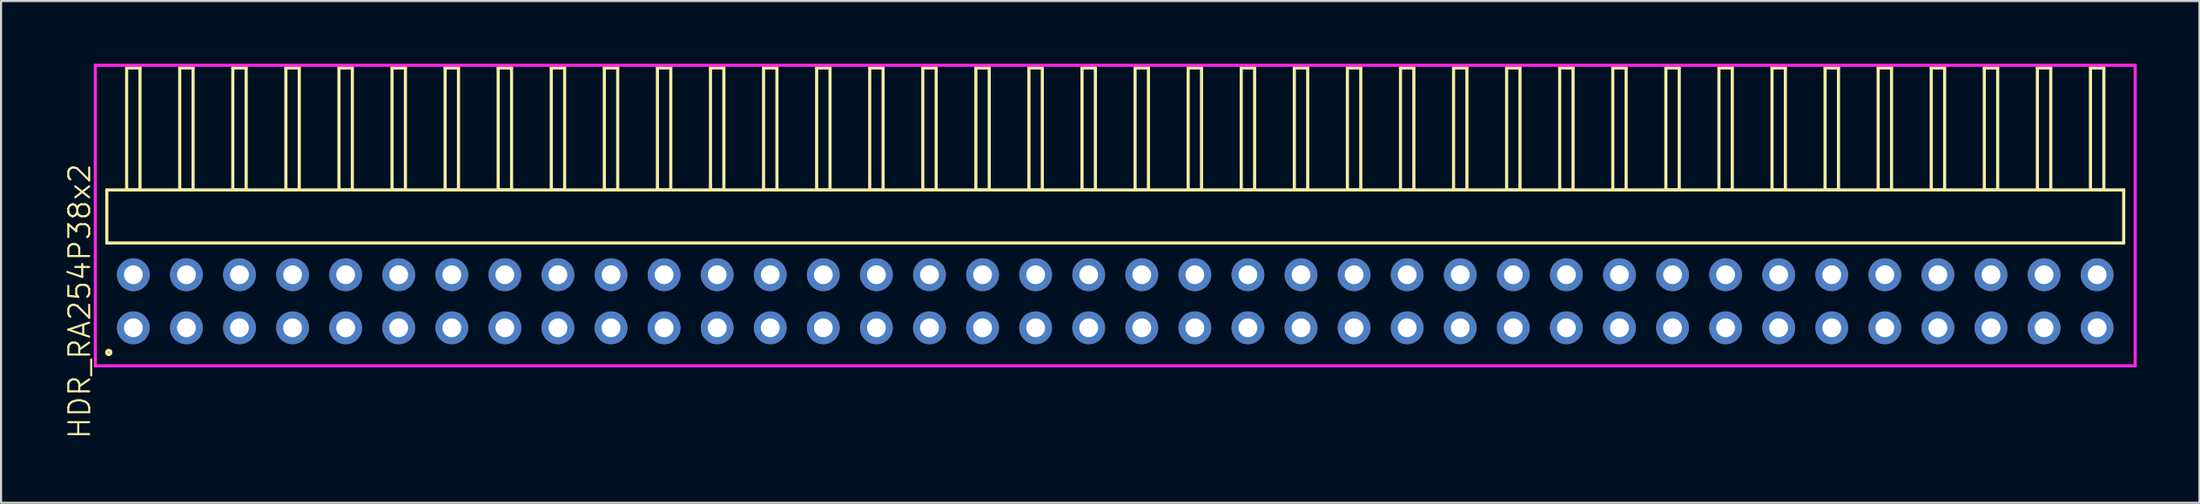
<source format=kicad_pcb>
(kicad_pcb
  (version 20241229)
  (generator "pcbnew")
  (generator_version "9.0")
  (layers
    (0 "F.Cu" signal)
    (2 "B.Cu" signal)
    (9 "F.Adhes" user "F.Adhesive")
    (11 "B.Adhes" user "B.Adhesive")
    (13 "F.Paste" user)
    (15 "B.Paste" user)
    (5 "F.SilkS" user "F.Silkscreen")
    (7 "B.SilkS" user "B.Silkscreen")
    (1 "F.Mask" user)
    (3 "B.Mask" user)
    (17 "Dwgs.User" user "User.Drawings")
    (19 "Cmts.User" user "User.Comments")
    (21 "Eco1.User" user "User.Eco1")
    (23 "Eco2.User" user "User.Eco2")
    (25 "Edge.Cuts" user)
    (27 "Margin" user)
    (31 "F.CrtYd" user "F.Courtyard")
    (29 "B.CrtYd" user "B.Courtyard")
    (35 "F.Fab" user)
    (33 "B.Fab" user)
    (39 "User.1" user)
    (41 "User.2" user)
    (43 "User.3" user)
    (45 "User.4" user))
  (footprint "HDR_RA254P38x2"
    (layer "F.Cu")
    (at 50.321 11.37)
    (property "Reference" "HDR_RA254P38x2" (at -49.56 0 90) (layer "F.SilkS") (effects (font (size 1 1) (thickness 0.1))))
    (attr through_hole)
    (fp_line (start -48.26 -5.33) (end -48.26 -2.79) (stroke (width 0.15) (type solid)) (layer "F.SilkS"))
    (fp_line (start -48.26 -2.79) (end 48.26 -2.79) (stroke (width 0.15) (type solid)) (layer "F.SilkS"))
    (fp_line (start -47.31 -11.17) (end -47.31 -5.33) (stroke (width 0.15) (type solid)) (layer "F.SilkS"))
    (fp_line (start -47.31 -5.33) (end -46.67 -5.33) (stroke (width 0.15) (type solid)) (layer "F.SilkS"))
    (fp_line (start -46.67 -11.17) (end -47.31 -11.17) (stroke (width 0.15) (type solid)) (layer "F.SilkS"))
    (fp_line (start -46.67 -5.33) (end -46.67 -11.17) (stroke (width 0.15) (type solid)) (layer "F.SilkS"))
    (fp_line (start -44.77 -11.17) (end -44.77 -5.33) (stroke (width 0.15) (type solid)) (layer "F.SilkS"))
    (fp_line (start -44.77 -5.33) (end -44.13 -5.33) (stroke (width 0.15) (type solid)) (layer "F.SilkS"))
    (fp_line (start -44.13 -11.17) (end -44.77 -11.17) (stroke (width 0.15) (type solid)) (layer "F.SilkS"))
    (fp_line (start -44.13 -5.33) (end -44.13 -11.17) (stroke (width 0.15) (type solid)) (layer "F.SilkS"))
    (fp_line (start -42.23 -11.17) (end -42.23 -5.33) (stroke (width 0.15) (type solid)) (layer "F.SilkS"))
    (fp_line (start -42.23 -5.33) (end -41.59 -5.33) (stroke (width 0.15) (type solid)) (layer "F.SilkS"))
    (fp_line (start -41.59 -11.17) (end -42.23 -11.17) (stroke (width 0.15) (type solid)) (layer "F.SilkS"))
    (fp_line (start -41.59 -5.33) (end -41.59 -11.17) (stroke (width 0.15) (type solid)) (layer "F.SilkS"))
    (fp_line (start -39.69 -11.17) (end -39.69 -5.33) (stroke (width 0.15) (type solid)) (layer "F.SilkS"))
    (fp_line (start -39.69 -5.33) (end -39.05 -5.33) (stroke (width 0.15) (type solid)) (layer "F.SilkS"))
    (fp_line (start -39.05 -11.17) (end -39.69 -11.17) (stroke (width 0.15) (type solid)) (layer "F.SilkS"))
    (fp_line (start -39.05 -5.33) (end -39.05 -11.17) (stroke (width 0.15) (type solid)) (layer "F.SilkS"))
    (fp_line (start -37.15 -11.17) (end -37.15 -5.33) (stroke (width 0.15) (type solid)) (layer "F.SilkS"))
    (fp_line (start -37.15 -5.33) (end -36.51 -5.33) (stroke (width 0.15) (type solid)) (layer "F.SilkS"))
    (fp_line (start -36.51 -11.17) (end -37.15 -11.17) (stroke (width 0.15) (type solid)) (layer "F.SilkS"))
    (fp_line (start -36.51 -5.33) (end -36.51 -11.17) (stroke (width 0.15) (type solid)) (layer "F.SilkS"))
    (fp_line (start -34.61 -11.17) (end -34.61 -5.33) (stroke (width 0.15) (type solid)) (layer "F.SilkS"))
    (fp_line (start -34.61 -5.33) (end -33.97 -5.33) (stroke (width 0.15) (type solid)) (layer "F.SilkS"))
    (fp_line (start -33.97 -11.17) (end -34.61 -11.17) (stroke (width 0.15) (type solid)) (layer "F.SilkS"))
    (fp_line (start -33.97 -5.33) (end -33.97 -11.17) (stroke (width 0.15) (type solid)) (layer "F.SilkS"))
    (fp_line (start -32.07 -11.17) (end -32.07 -5.33) (stroke (width 0.15) (type solid)) (layer "F.SilkS"))
    (fp_line (start -32.07 -5.33) (end -31.43 -5.33) (stroke (width 0.15) (type solid)) (layer "F.SilkS"))
    (fp_line (start -31.43 -11.17) (end -32.07 -11.17) (stroke (width 0.15) (type solid)) (layer "F.SilkS"))
    (fp_line (start -31.43 -5.33) (end -31.43 -11.17) (stroke (width 0.15) (type solid)) (layer "F.SilkS"))
    (fp_line (start -29.53 -11.17) (end -29.53 -5.33) (stroke (width 0.15) (type solid)) (layer "F.SilkS"))
    (fp_line (start -29.53 -5.33) (end -28.89 -5.33) (stroke (width 0.15) (type solid)) (layer "F.SilkS"))
    (fp_line (start -28.89 -11.17) (end -29.53 -11.17) (stroke (width 0.15) (type solid)) (layer "F.SilkS"))
    (fp_line (start -28.89 -5.33) (end -28.89 -11.17) (stroke (width 0.15) (type solid)) (layer "F.SilkS"))
    (fp_line (start -26.99 -11.17) (end -26.99 -5.33) (stroke (width 0.15) (type solid)) (layer "F.SilkS"))
    (fp_line (start -26.99 -5.33) (end -26.35 -5.33) (stroke (width 0.15) (type solid)) (layer "F.SilkS"))
    (fp_line (start -26.35 -11.17) (end -26.99 -11.17) (stroke (width 0.15) (type solid)) (layer "F.SilkS"))
    (fp_line (start -26.35 -5.33) (end -26.35 -11.17) (stroke (width 0.15) (type solid)) (layer "F.SilkS"))
    (fp_line (start -24.45 -11.17) (end -24.45 -5.33) (stroke (width 0.15) (type solid)) (layer "F.SilkS"))
    (fp_line (start -24.45 -5.33) (end -23.81 -5.33) (stroke (width 0.15) (type solid)) (layer "F.SilkS"))
    (fp_line (start -23.81 -11.17) (end -24.45 -11.17) (stroke (width 0.15) (type solid)) (layer "F.SilkS"))
    (fp_line (start -23.81 -5.33) (end -23.81 -11.17) (stroke (width 0.15) (type solid)) (layer "F.SilkS"))
    (fp_line (start -21.91 -11.17) (end -21.91 -5.33) (stroke (width 0.15) (type solid)) (layer "F.SilkS"))
    (fp_line (start -21.91 -5.33) (end -21.27 -5.33) (stroke (width 0.15) (type solid)) (layer "F.SilkS"))
    (fp_line (start -21.27 -11.17) (end -21.91 -11.17) (stroke (width 0.15) (type solid)) (layer "F.SilkS"))
    (fp_line (start -21.27 -5.33) (end -21.27 -11.17) (stroke (width 0.15) (type solid)) (layer "F.SilkS"))
    (fp_line (start -19.37 -11.17) (end -19.37 -5.33) (stroke (width 0.15) (type solid)) (layer "F.SilkS"))
    (fp_line (start -19.37 -5.33) (end -18.73 -5.33) (stroke (width 0.15) (type solid)) (layer "F.SilkS"))
    (fp_line (start -18.73 -11.17) (end -19.37 -11.17) (stroke (width 0.15) (type solid)) (layer "F.SilkS"))
    (fp_line (start -18.73 -5.33) (end -18.73 -11.17) (stroke (width 0.15) (type solid)) (layer "F.SilkS"))
    (fp_line (start -16.83 -11.17) (end -16.83 -5.33) (stroke (width 0.15) (type solid)) (layer "F.SilkS"))
    (fp_line (start -16.83 -5.33) (end -16.19 -5.33) (stroke (width 0.15) (type solid)) (layer "F.SilkS"))
    (fp_line (start -16.19 -11.17) (end -16.83 -11.17) (stroke (width 0.15) (type solid)) (layer "F.SilkS"))
    (fp_line (start -16.19 -5.33) (end -16.19 -11.17) (stroke (width 0.15) (type solid)) (layer "F.SilkS"))
    (fp_line (start -14.29 -11.17) (end -14.29 -5.33) (stroke (width 0.15) (type solid)) (layer "F.SilkS"))
    (fp_line (start -14.29 -5.33) (end -13.65 -5.33) (stroke (width 0.15) (type solid)) (layer "F.SilkS"))
    (fp_line (start -13.65 -11.17) (end -14.29 -11.17) (stroke (width 0.15) (type solid)) (layer "F.SilkS"))
    (fp_line (start -13.65 -5.33) (end -13.65 -11.17) (stroke (width 0.15) (type solid)) (layer "F.SilkS"))
    (fp_line (start -11.75 -11.17) (end -11.75 -5.33) (stroke (width 0.15) (type solid)) (layer "F.SilkS"))
    (fp_line (start -11.75 -5.33) (end -11.11 -5.33) (stroke (width 0.15) (type solid)) (layer "F.SilkS"))
    (fp_line (start -11.11 -11.17) (end -11.75 -11.17) (stroke (width 0.15) (type solid)) (layer "F.SilkS"))
    (fp_line (start -11.11 -5.33) (end -11.11 -11.17) (stroke (width 0.15) (type solid)) (layer "F.SilkS"))
    (fp_line (start -9.21 -11.17) (end -9.21 -5.33) (stroke (width 0.15) (type solid)) (layer "F.SilkS"))
    (fp_line (start -9.21 -5.33) (end -8.57 -5.33) (stroke (width 0.15) (type solid)) (layer "F.SilkS"))
    (fp_line (start -8.57 -11.17) (end -9.21 -11.17) (stroke (width 0.15) (type solid)) (layer "F.SilkS"))
    (fp_line (start -8.57 -5.33) (end -8.57 -11.17) (stroke (width 0.15) (type solid)) (layer "F.SilkS"))
    (fp_line (start -6.67 -11.17) (end -6.67 -5.33) (stroke (width 0.15) (type solid)) (layer "F.SilkS"))
    (fp_line (start -6.67 -5.33) (end -6.03 -5.33) (stroke (width 0.15) (type solid)) (layer "F.SilkS"))
    (fp_line (start -6.03 -11.17) (end -6.67 -11.17) (stroke (width 0.15) (type solid)) (layer "F.SilkS"))
    (fp_line (start -6.03 -5.33) (end -6.03 -11.17) (stroke (width 0.15) (type solid)) (layer "F.SilkS"))
    (fp_line (start -4.13 -11.17) (end -4.13 -5.33) (stroke (width 0.15) (type solid)) (layer "F.SilkS"))
    (fp_line (start -4.13 -5.33) (end -3.49 -5.33) (stroke (width 0.15) (type solid)) (layer "F.SilkS"))
    (fp_line (start -3.49 -11.17) (end -4.13 -11.17) (stroke (width 0.15) (type solid)) (layer "F.SilkS"))
    (fp_line (start -3.49 -5.33) (end -3.49 -11.17) (stroke (width 0.15) (type solid)) (layer "F.SilkS"))
    (fp_line (start -1.59 -11.17) (end -1.59 -5.33) (stroke (width 0.15) (type solid)) (layer "F.SilkS"))
    (fp_line (start -1.59 -5.33) (end -0.95 -5.33) (stroke (width 0.15) (type solid)) (layer "F.SilkS"))
    (fp_line (start -0.95 -11.17) (end -1.59 -11.17) (stroke (width 0.15) (type solid)) (layer "F.SilkS"))
    (fp_line (start -0.95 -5.33) (end -0.95 -11.17) (stroke (width 0.15) (type solid)) (layer "F.SilkS"))
    (fp_line (start 0.95 -11.17) (end 0.95 -5.33) (stroke (width 0.15) (type solid)) (layer "F.SilkS"))
    (fp_line (start 0.95 -5.33) (end 1.59 -5.33) (stroke (width 0.15) (type solid)) (layer "F.SilkS"))
    (fp_line (start 1.59 -11.17) (end 0.95 -11.17) (stroke (width 0.15) (type solid)) (layer "F.SilkS"))
    (fp_line (start 1.59 -5.33) (end 1.59 -11.17) (stroke (width 0.15) (type solid)) (layer "F.SilkS"))
    (fp_line (start 3.49 -11.17) (end 3.49 -5.33) (stroke (width 0.15) (type solid)) (layer "F.SilkS"))
    (fp_line (start 3.49 -5.33) (end 4.13 -5.33) (stroke (width 0.15) (type solid)) (layer "F.SilkS"))
    (fp_line (start 4.13 -11.17) (end 3.49 -11.17) (stroke (width 0.15) (type solid)) (layer "F.SilkS"))
    (fp_line (start 4.13 -5.33) (end 4.13 -11.17) (stroke (width 0.15) (type solid)) (layer "F.SilkS"))
    (fp_line (start 6.03 -11.17) (end 6.03 -5.33) (stroke (width 0.15) (type solid)) (layer "F.SilkS"))
    (fp_line (start 6.03 -5.33) (end 6.67 -5.33) (stroke (width 0.15) (type solid)) (layer "F.SilkS"))
    (fp_line (start 6.67 -11.17) (end 6.03 -11.17) (stroke (width 0.15) (type solid)) (layer "F.SilkS"))
    (fp_line (start 6.67 -5.33) (end 6.67 -11.17) (stroke (width 0.15) (type solid)) (layer "F.SilkS"))
    (fp_line (start 8.57 -11.17) (end 8.57 -5.33) (stroke (width 0.15) (type solid)) (layer "F.SilkS"))
    (fp_line (start 8.57 -5.33) (end 9.21 -5.33) (stroke (width 0.15) (type solid)) (layer "F.SilkS"))
    (fp_line (start 9.21 -11.17) (end 8.57 -11.17) (stroke (width 0.15) (type solid)) (layer "F.SilkS"))
    (fp_line (start 9.21 -5.33) (end 9.21 -11.17) (stroke (width 0.15) (type solid)) (layer "F.SilkS"))
    (fp_line (start 11.11 -11.17) (end 11.11 -5.33) (stroke (width 0.15) (type solid)) (layer "F.SilkS"))
    (fp_line (start 11.11 -5.33) (end 11.75 -5.33) (stroke (width 0.15) (type solid)) (layer "F.SilkS"))
    (fp_line (start 11.75 -11.17) (end 11.11 -11.17) (stroke (width 0.15) (type solid)) (layer "F.SilkS"))
    (fp_line (start 11.75 -5.33) (end 11.75 -11.17) (stroke (width 0.15) (type solid)) (layer "F.SilkS"))
    (fp_line (start 13.65 -11.17) (end 13.65 -5.33) (stroke (width 0.15) (type solid)) (layer "F.SilkS"))
    (fp_line (start 13.65 -5.33) (end 14.29 -5.33) (stroke (width 0.15) (type solid)) (layer "F.SilkS"))
    (fp_line (start 14.29 -11.17) (end 13.65 -11.17) (stroke (width 0.15) (type solid)) (layer "F.SilkS"))
    (fp_line (start 14.29 -5.33) (end 14.29 -11.17) (stroke (width 0.15) (type solid)) (layer "F.SilkS"))
    (fp_line (start 16.19 -11.17) (end 16.19 -5.33) (stroke (width 0.15) (type solid)) (layer "F.SilkS"))
    (fp_line (start 16.19 -5.33) (end 16.83 -5.33) (stroke (width 0.15) (type solid)) (layer "F.SilkS"))
    (fp_line (start 16.83 -11.17) (end 16.19 -11.17) (stroke (width 0.15) (type solid)) (layer "F.SilkS"))
    (fp_line (start 16.83 -5.33) (end 16.83 -11.17) (stroke (width 0.15) (type solid)) (layer "F.SilkS"))
    (fp_line (start 18.73 -11.17) (end 18.73 -5.33) (stroke (width 0.15) (type solid)) (layer "F.SilkS"))
    (fp_line (start 18.73 -5.33) (end 19.37 -5.33) (stroke (width 0.15) (type solid)) (layer "F.SilkS"))
    (fp_line (start 19.37 -11.17) (end 18.73 -11.17) (stroke (width 0.15) (type solid)) (layer "F.SilkS"))
    (fp_line (start 19.37 -5.33) (end 19.37 -11.17) (stroke (width 0.15) (type solid)) (layer "F.SilkS"))
    (fp_line (start 21.27 -11.17) (end 21.27 -5.33) (stroke (width 0.15) (type solid)) (layer "F.SilkS"))
    (fp_line (start 21.27 -5.33) (end 21.91 -5.33) (stroke (width 0.15) (type solid)) (layer "F.SilkS"))
    (fp_line (start 21.91 -11.17) (end 21.27 -11.17) (stroke (width 0.15) (type solid)) (layer "F.SilkS"))
    (fp_line (start 21.91 -5.33) (end 21.91 -11.17) (stroke (width 0.15) (type solid)) (layer "F.SilkS"))
    (fp_line (start 23.81 -11.17) (end 23.81 -5.33) (stroke (width 0.15) (type solid)) (layer "F.SilkS"))
    (fp_line (start 23.81 -5.33) (end 24.45 -5.33) (stroke (width 0.15) (type solid)) (layer "F.SilkS"))
    (fp_line (start 24.45 -11.17) (end 23.81 -11.17) (stroke (width 0.15) (type solid)) (layer "F.SilkS"))
    (fp_line (start 24.45 -5.33) (end 24.45 -11.17) (stroke (width 0.15) (type solid)) (layer "F.SilkS"))
    (fp_line (start 26.35 -11.17) (end 26.35 -5.33) (stroke (width 0.15) (type solid)) (layer "F.SilkS"))
    (fp_line (start 26.35 -5.33) (end 26.99 -5.33) (stroke (width 0.15) (type solid)) (layer "F.SilkS"))
    (fp_line (start 26.99 -11.17) (end 26.35 -11.17) (stroke (width 0.15) (type solid)) (layer "F.SilkS"))
    (fp_line (start 26.99 -5.33) (end 26.99 -11.17) (stroke (width 0.15) (type solid)) (layer "F.SilkS"))
    (fp_line (start 28.89 -11.17) (end 28.89 -5.33) (stroke (width 0.15) (type solid)) (layer "F.SilkS"))
    (fp_line (start 28.89 -5.33) (end 29.53 -5.33) (stroke (width 0.15) (type solid)) (layer "F.SilkS"))
    (fp_line (start 29.53 -11.17) (end 28.89 -11.17) (stroke (width 0.15) (type solid)) (layer "F.SilkS"))
    (fp_line (start 29.53 -5.33) (end 29.53 -11.17) (stroke (width 0.15) (type solid)) (layer "F.SilkS"))
    (fp_line (start 31.43 -11.17) (end 31.43 -5.33) (stroke (width 0.15) (type solid)) (layer "F.SilkS"))
    (fp_line (start 31.43 -5.33) (end 32.07 -5.33) (stroke (width 0.15) (type solid)) (layer "F.SilkS"))
    (fp_line (start 32.07 -11.17) (end 31.43 -11.17) (stroke (width 0.15) (type solid)) (layer "F.SilkS"))
    (fp_line (start 32.07 -5.33) (end 32.07 -11.17) (stroke (width 0.15) (type solid)) (layer "F.SilkS"))
    (fp_line (start 33.97 -11.17) (end 33.97 -5.33) (stroke (width 0.15) (type solid)) (layer "F.SilkS"))
    (fp_line (start 33.97 -5.33) (end 34.61 -5.33) (stroke (width 0.15) (type solid)) (layer "F.SilkS"))
    (fp_line (start 34.61 -11.17) (end 33.97 -11.17) (stroke (width 0.15) (type solid)) (layer "F.SilkS"))
    (fp_line (start 34.61 -5.33) (end 34.61 -11.17) (stroke (width 0.15) (type solid)) (layer "F.SilkS"))
    (fp_line (start 36.51 -11.17) (end 36.51 -5.33) (stroke (width 0.15) (type solid)) (layer "F.SilkS"))
    (fp_line (start 36.51 -5.33) (end 37.15 -5.33) (stroke (width 0.15) (type solid)) (layer "F.SilkS"))
    (fp_line (start 37.15 -11.17) (end 36.51 -11.17) (stroke (width 0.15) (type solid)) (layer "F.SilkS"))
    (fp_line (start 37.15 -5.33) (end 37.15 -11.17) (stroke (width 0.15) (type solid)) (layer "F.SilkS"))
    (fp_line (start 39.05 -11.17) (end 39.05 -5.33) (stroke (width 0.15) (type solid)) (layer "F.SilkS"))
    (fp_line (start 39.05 -5.33) (end 39.69 -5.33) (stroke (width 0.15) (type solid)) (layer "F.SilkS"))
    (fp_line (start 39.69 -11.17) (end 39.05 -11.17) (stroke (width 0.15) (type solid)) (layer "F.SilkS"))
    (fp_line (start 39.69 -5.33) (end 39.69 -11.17) (stroke (width 0.15) (type solid)) (layer "F.SilkS"))
    (fp_line (start 41.59 -11.17) (end 41.59 -5.33) (stroke (width 0.15) (type solid)) (layer "F.SilkS"))
    (fp_line (start 41.59 -5.33) (end 42.23 -5.33) (stroke (width 0.15) (type solid)) (layer "F.SilkS"))
    (fp_line (start 42.23 -11.17) (end 41.59 -11.17) (stroke (width 0.15) (type solid)) (layer "F.SilkS"))
    (fp_line (start 42.23 -5.33) (end 42.23 -11.17) (stroke (width 0.15) (type solid)) (layer "F.SilkS"))
    (fp_line (start 44.13 -11.17) (end 44.13 -5.33) (stroke (width 0.15) (type solid)) (layer "F.SilkS"))
    (fp_line (start 44.13 -5.33) (end 44.77 -5.33) (stroke (width 0.15) (type solid)) (layer "F.SilkS"))
    (fp_line (start 44.77 -11.17) (end 44.13 -11.17) (stroke (width 0.15) (type solid)) (layer "F.SilkS"))
    (fp_line (start 44.77 -5.33) (end 44.77 -11.17) (stroke (width 0.15) (type solid)) (layer "F.SilkS"))
    (fp_line (start 46.67 -11.17) (end 46.67 -5.33) (stroke (width 0.15) (type solid)) (layer "F.SilkS"))
    (fp_line (start 46.67 -5.33) (end 47.31 -5.33) (stroke (width 0.15) (type solid)) (layer "F.SilkS"))
    (fp_line (start 47.31 -11.17) (end 46.67 -11.17) (stroke (width 0.15) (type solid)) (layer "F.SilkS"))
    (fp_line (start 47.31 -5.33) (end 47.31 -11.17) (stroke (width 0.15) (type solid)) (layer "F.SilkS"))
    (fp_line (start 48.26 -5.33) (end -48.26 -5.33) (stroke (width 0.15) (type solid)) (layer "F.SilkS"))
    (fp_line (start 48.26 -2.79) (end 48.26 -5.33) (stroke (width 0.15) (type solid)) (layer "F.SilkS"))
    (fp_circle (center -48.167 2.448) (end -48.067 2.448) (stroke (width 0.15) (type solid)) (fill no) (layer "F.SilkS"))
    (fp_line (start -48.81 -11.295) (end -48.81 3.09) (stroke (width 0.15) (type solid)) (layer "F.CrtYd"))
    (fp_line (start -48.81 3.09) (end 48.81 3.09) (stroke (width 0.15) (type solid)) (layer "F.CrtYd"))
    (fp_line (start 48.81 -11.295) (end -48.81 -11.295) (stroke (width 0.15) (type solid)) (layer "F.CrtYd"))
    (fp_line (start 48.81 3.09) (end 48.81 -11.295) (stroke (width 0.15) (type solid)) (layer "F.CrtYd"))
    (pad "1" thru_hole oval (at -46.99 1.27) (size 1.57 1.57) (drill 0.9) (layers "*.Cu" "*.Mask"))
    (pad "2" thru_hole oval (at -46.99 -1.27) (size 1.57 1.57) (drill 0.9) (layers "*.Cu" "*.Mask"))
    (pad "3" thru_hole oval (at -44.45 1.27) (size 1.57 1.57) (drill 0.9) (layers "*.Cu" "*.Mask"))
    (pad "4" thru_hole oval (at -44.45 -1.27) (size 1.57 1.57) (drill 0.9) (layers "*.Cu" "*.Mask"))
    (pad "5" thru_hole oval (at -41.91 1.27) (size 1.57 1.57) (drill 0.9) (layers "*.Cu" "*.Mask"))
    (pad "6" thru_hole oval (at -41.91 -1.27) (size 1.57 1.57) (drill 0.9) (layers "*.Cu" "*.Mask"))
    (pad "7" thru_hole oval (at -39.37 1.27) (size 1.57 1.57) (drill 0.9) (layers "*.Cu" "*.Mask"))
    (pad "8" thru_hole oval (at -39.37 -1.27) (size 1.57 1.57) (drill 0.9) (layers "*.Cu" "*.Mask"))
    (pad "9" thru_hole oval (at -36.83 1.27) (size 1.57 1.57) (drill 0.9) (layers "*.Cu" "*.Mask"))
    (pad "10" thru_hole oval (at -36.83 -1.27) (size 1.57 1.57) (drill 0.9) (layers "*.Cu" "*.Mask"))
    (pad "11" thru_hole oval (at -34.29 1.27) (size 1.57 1.57) (drill 0.9) (layers "*.Cu" "*.Mask"))
    (pad "12" thru_hole oval (at -34.29 -1.27) (size 1.57 1.57) (drill 0.9) (layers "*.Cu" "*.Mask"))
    (pad "13" thru_hole oval (at -31.75 1.27) (size 1.57 1.57) (drill 0.9) (layers "*.Cu" "*.Mask"))
    (pad "14" thru_hole oval (at -31.75 -1.27) (size 1.57 1.57) (drill 0.9) (layers "*.Cu" "*.Mask"))
    (pad "15" thru_hole oval (at -29.21 1.27) (size 1.57 1.57) (drill 0.9) (layers "*.Cu" "*.Mask"))
    (pad "16" thru_hole oval (at -29.21 -1.27) (size 1.57 1.57) (drill 0.9) (layers "*.Cu" "*.Mask"))
    (pad "17" thru_hole oval (at -26.67 1.27) (size 1.57 1.57) (drill 0.9) (layers "*.Cu" "*.Mask"))
    (pad "18" thru_hole oval (at -26.67 -1.27) (size 1.57 1.57) (drill 0.9) (layers "*.Cu" "*.Mask"))
    (pad "19" thru_hole oval (at -24.13 1.27) (size 1.57 1.57) (drill 0.9) (layers "*.Cu" "*.Mask"))
    (pad "20" thru_hole oval (at -24.13 -1.27) (size 1.57 1.57) (drill 0.9) (layers "*.Cu" "*.Mask"))
    (pad "21" thru_hole oval (at -21.59 1.27) (size 1.57 1.57) (drill 0.9) (layers "*.Cu" "*.Mask"))
    (pad "22" thru_hole oval (at -21.59 -1.27) (size 1.57 1.57) (drill 0.9) (layers "*.Cu" "*.Mask"))
    (pad "23" thru_hole oval (at -19.05 1.27) (size 1.57 1.57) (drill 0.9) (layers "*.Cu" "*.Mask"))
    (pad "24" thru_hole oval (at -19.05 -1.27) (size 1.57 1.57) (drill 0.9) (layers "*.Cu" "*.Mask"))
    (pad "25" thru_hole oval (at -16.51 1.27) (size 1.57 1.57) (drill 0.9) (layers "*.Cu" "*.Mask"))
    (pad "26" thru_hole oval (at -16.51 -1.27) (size 1.57 1.57) (drill 0.9) (layers "*.Cu" "*.Mask"))
    (pad "27" thru_hole oval (at -13.97 1.27) (size 1.57 1.57) (drill 0.9) (layers "*.Cu" "*.Mask"))
    (pad "28" thru_hole oval (at -13.97 -1.27) (size 1.57 1.57) (drill 0.9) (layers "*.Cu" "*.Mask"))
    (pad "29" thru_hole oval (at -11.43 1.27) (size 1.57 1.57) (drill 0.9) (layers "*.Cu" "*.Mask"))
    (pad "30" thru_hole oval (at -11.43 -1.27) (size 1.57 1.57) (drill 0.9) (layers "*.Cu" "*.Mask"))
    (pad "31" thru_hole oval (at -8.89 1.27) (size 1.57 1.57) (drill 0.9) (layers "*.Cu" "*.Mask"))
    (pad "32" thru_hole oval (at -8.89 -1.27) (size 1.57 1.57) (drill 0.9) (layers "*.Cu" "*.Mask"))
    (pad "33" thru_hole oval (at -6.35 1.27) (size 1.57 1.57) (drill 0.9) (layers "*.Cu" "*.Mask"))
    (pad "34" thru_hole oval (at -6.35 -1.27) (size 1.57 1.57) (drill 0.9) (layers "*.Cu" "*.Mask"))
    (pad "35" thru_hole oval (at -3.81 1.27) (size 1.57 1.57) (drill 0.9) (layers "*.Cu" "*.Mask"))
    (pad "36" thru_hole oval (at -3.81 -1.27) (size 1.57 1.57) (drill 0.9) (layers "*.Cu" "*.Mask"))
    (pad "37" thru_hole oval (at -1.27 1.27) (size 1.57 1.57) (drill 0.9) (layers "*.Cu" "*.Mask"))
    (pad "38" thru_hole oval (at -1.27 -1.27) (size 1.57 1.57) (drill 0.9) (layers "*.Cu" "*.Mask"))
    (pad "39" thru_hole oval (at 1.27 1.27) (size 1.57 1.57) (drill 0.9) (layers "*.Cu" "*.Mask"))
    (pad "40" thru_hole oval (at 1.27 -1.27) (size 1.57 1.57) (drill 0.9) (layers "*.Cu" "*.Mask"))
    (pad "41" thru_hole oval (at 3.81 1.27) (size 1.57 1.57) (drill 0.9) (layers "*.Cu" "*.Mask"))
    (pad "42" thru_hole oval (at 3.81 -1.27) (size 1.57 1.57) (drill 0.9) (layers "*.Cu" "*.Mask"))
    (pad "43" thru_hole oval (at 6.35 1.27) (size 1.57 1.57) (drill 0.9) (layers "*.Cu" "*.Mask"))
    (pad "44" thru_hole oval (at 6.35 -1.27) (size 1.57 1.57) (drill 0.9) (layers "*.Cu" "*.Mask"))
    (pad "45" thru_hole oval (at 8.89 1.27) (size 1.57 1.57) (drill 0.9) (layers "*.Cu" "*.Mask"))
    (pad "46" thru_hole oval (at 8.89 -1.27) (size 1.57 1.57) (drill 0.9) (layers "*.Cu" "*.Mask"))
    (pad "47" thru_hole oval (at 11.43 1.27) (size 1.57 1.57) (drill 0.9) (layers "*.Cu" "*.Mask"))
    (pad "48" thru_hole oval (at 11.43 -1.27) (size 1.57 1.57) (drill 0.9) (layers "*.Cu" "*.Mask"))
    (pad "49" thru_hole oval (at 13.97 1.27) (size 1.57 1.57) (drill 0.9) (layers "*.Cu" "*.Mask"))
    (pad "50" thru_hole oval (at 13.97 -1.27) (size 1.57 1.57) (drill 0.9) (layers "*.Cu" "*.Mask"))
    (pad "51" thru_hole oval (at 16.51 1.27) (size 1.57 1.57) (drill 0.9) (layers "*.Cu" "*.Mask"))
    (pad "52" thru_hole oval (at 16.51 -1.27) (size 1.57 1.57) (drill 0.9) (layers "*.Cu" "*.Mask"))
    (pad "53" thru_hole oval (at 19.05 1.27) (size 1.57 1.57) (drill 0.9) (layers "*.Cu" "*.Mask"))
    (pad "54" thru_hole oval (at 19.05 -1.27) (size 1.57 1.57) (drill 0.9) (layers "*.Cu" "*.Mask"))
    (pad "55" thru_hole oval (at 21.59 1.27) (size 1.57 1.57) (drill 0.9) (layers "*.Cu" "*.Mask"))
    (pad "56" thru_hole oval (at 21.59 -1.27) (size 1.57 1.57) (drill 0.9) (layers "*.Cu" "*.Mask"))
    (pad "57" thru_hole oval (at 24.13 1.27) (size 1.57 1.57) (drill 0.9) (layers "*.Cu" "*.Mask"))
    (pad "58" thru_hole oval (at 24.13 -1.27) (size 1.57 1.57) (drill 0.9) (layers "*.Cu" "*.Mask"))
    (pad "59" thru_hole oval (at 26.67 1.27) (size 1.57 1.57) (drill 0.9) (layers "*.Cu" "*.Mask"))
    (pad "60" thru_hole oval (at 26.67 -1.27) (size 1.57 1.57) (drill 0.9) (layers "*.Cu" "*.Mask"))
    (pad "61" thru_hole oval (at 29.21 1.27) (size 1.57 1.57) (drill 0.9) (layers "*.Cu" "*.Mask"))
    (pad "62" thru_hole oval (at 29.21 -1.27) (size 1.57 1.57) (drill 0.9) (layers "*.Cu" "*.Mask"))
    (pad "63" thru_hole oval (at 31.75 1.27) (size 1.57 1.57) (drill 0.9) (layers "*.Cu" "*.Mask"))
    (pad "64" thru_hole oval (at 31.75 -1.27) (size 1.57 1.57) (drill 0.9) (layers "*.Cu" "*.Mask"))
    (pad "65" thru_hole oval (at 34.29 1.27) (size 1.57 1.57) (drill 0.9) (layers "*.Cu" "*.Mask"))
    (pad "66" thru_hole oval (at 34.29 -1.27) (size 1.57 1.57) (drill 0.9) (layers "*.Cu" "*.Mask"))
    (pad "67" thru_hole oval (at 36.83 1.27) (size 1.57 1.57) (drill 0.9) (layers "*.Cu" "*.Mask"))
    (pad "68" thru_hole oval (at 36.83 -1.27) (size 1.57 1.57) (drill 0.9) (layers "*.Cu" "*.Mask"))
    (pad "69" thru_hole oval (at 39.37 1.27) (size 1.57 1.57) (drill 0.9) (layers "*.Cu" "*.Mask"))
    (pad "70" thru_hole oval (at 39.37 -1.27) (size 1.57 1.57) (drill 0.9) (layers "*.Cu" "*.Mask"))
    (pad "71" thru_hole oval (at 41.91 1.27) (size 1.57 1.57) (drill 0.9) (layers "*.Cu" "*.Mask"))
    (pad "72" thru_hole oval (at 41.91 -1.27) (size 1.57 1.57) (drill 0.9) (layers "*.Cu" "*.Mask"))
    (pad "73" thru_hole oval (at 44.45 1.27) (size 1.57 1.57) (drill 0.9) (layers "*.Cu" "*.Mask"))
    (pad "74" thru_hole oval (at 44.45 -1.27) (size 1.57 1.57) (drill 0.9) (layers "*.Cu" "*.Mask"))
    (pad "75" thru_hole oval (at 46.99 1.27) (size 1.57 1.57) (drill 0.9) (layers "*.Cu" "*.Mask"))
    (pad "76" thru_hole oval (at 46.99 -1.27) (size 1.57 1.57) (drill 0.9) (layers "*.Cu" "*.Mask")))
  (gr_rect
    (start -3 -3)
    (end 102.206 21.015)
    (stroke (width 0.1) (type default))
    (fill no)
    (layer "Edge.Cuts")))
</source>
